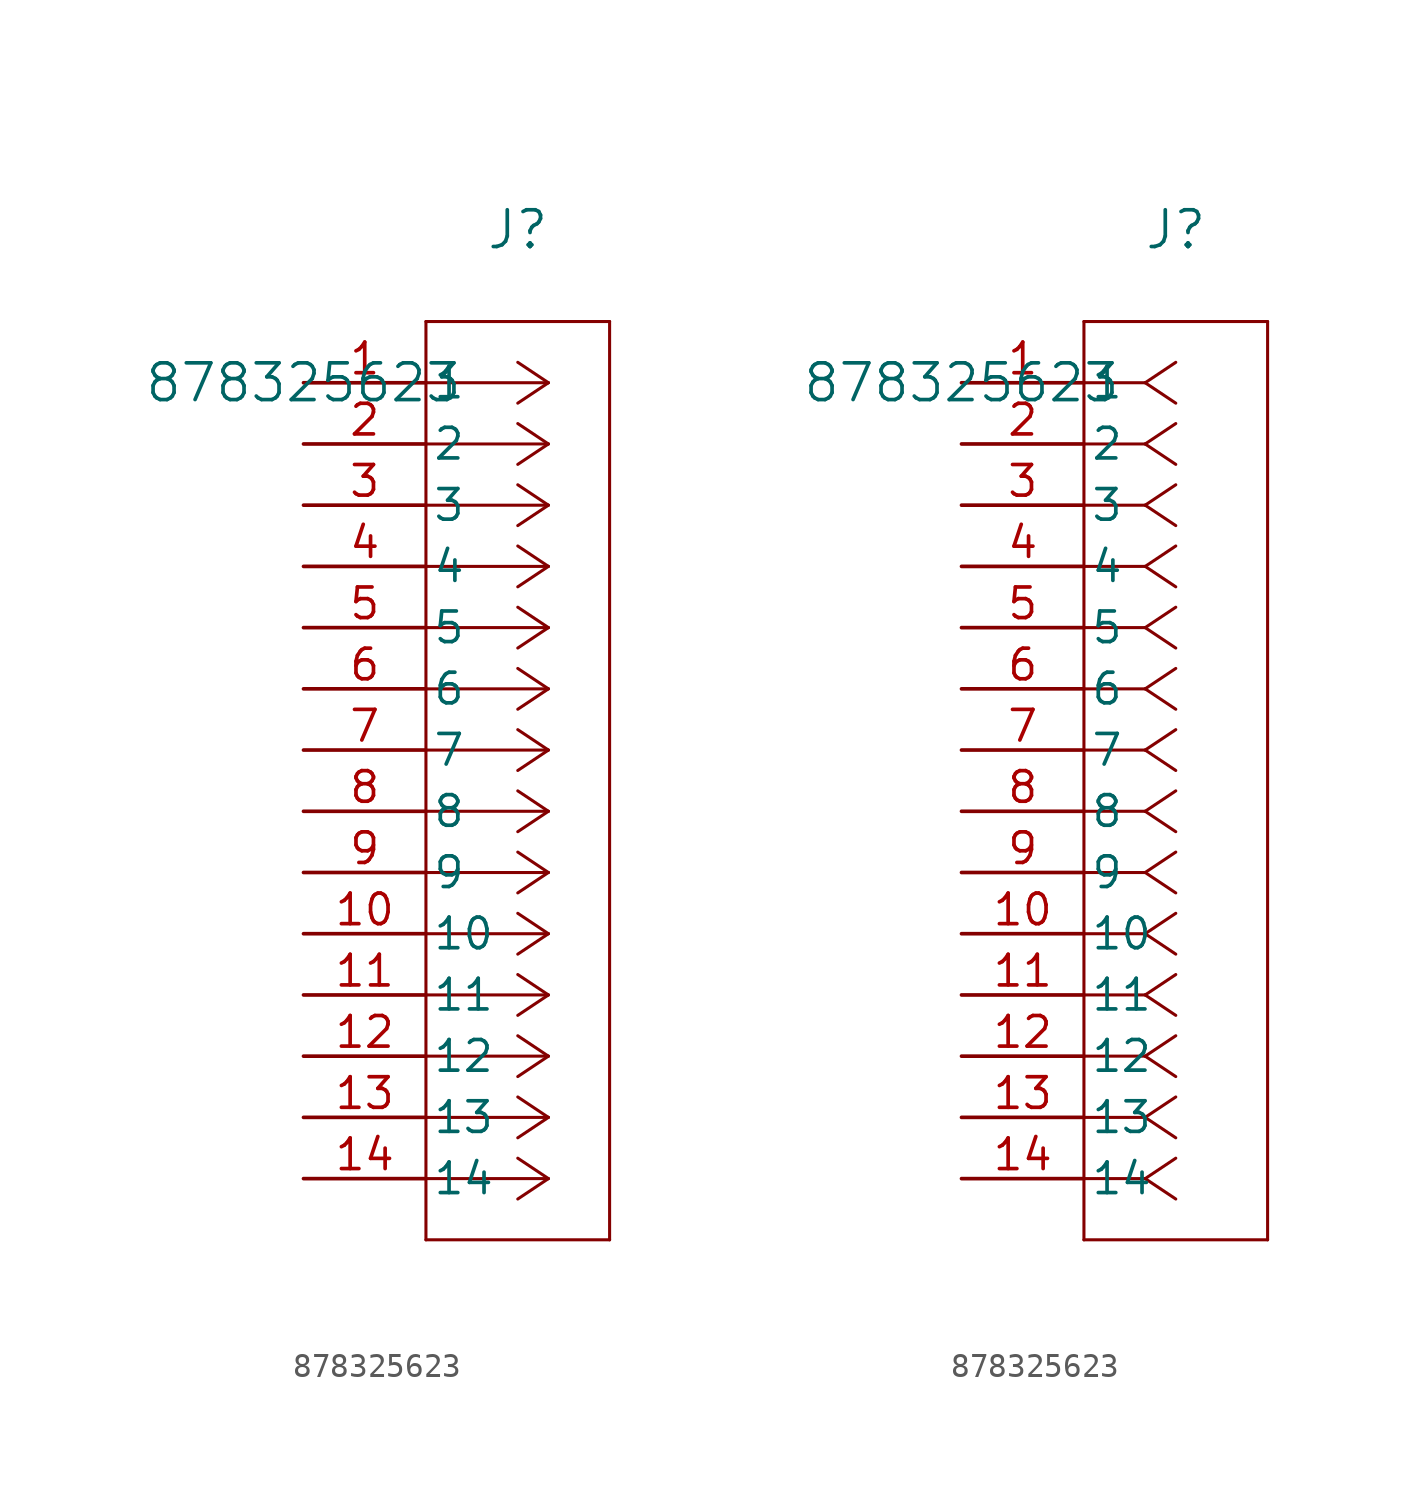
<source format=kicad_sym>
(kicad_symbol_lib
  (version 20211014)
  (generator kicad_symbol_editor)
  (symbol "878325623"
    (pin_names
      (offset 0.254))
    (property "Reference" "J"
      (at 8.89 6.35 0)
      (effects (font (size 1.524 1.524))))
    (property "Value" "878325623"
      (at 0 0 0)
      (effects (font (size 1.524 1.524))))
    (symbol "878325623_1_1"
      (polyline (pts (xy 10.16 0) (xy 5.08 0)) (stroke (width 0.127) (type default) (color 0 0 0 0)) (fill (type none)))
      (polyline (pts (xy 10.16 -2.54) (xy 5.08 -2.54)) (stroke (width 0.127) (type default) (color 0 0 0 0)) (fill (type none)))
      (polyline (pts (xy 10.16 -5.08) (xy 5.08 -5.08)) (stroke (width 0.127) (type default) (color 0 0 0 0)) (fill (type none)))
      (polyline (pts (xy 10.16 -7.62) (xy 5.08 -7.62)) (stroke (width 0.127) (type default) (color 0 0 0 0)) (fill (type none)))
      (polyline (pts (xy 10.16 -10.16) (xy 5.08 -10.16)) (stroke (width 0.127) (type default) (color 0 0 0 0)) (fill (type none)))
      (polyline (pts (xy 10.16 -12.7) (xy 5.08 -12.7)) (stroke (width 0.127) (type default) (color 0 0 0 0)) (fill (type none)))
      (polyline (pts (xy 10.16 -15.24) (xy 5.08 -15.24)) (stroke (width 0.127) (type default) (color 0 0 0 0)) (fill (type none)))
      (polyline (pts (xy 10.16 -17.78) (xy 5.08 -17.78)) (stroke (width 0.127) (type default) (color 0 0 0 0)) (fill (type none)))
      (polyline (pts (xy 10.16 -20.32) (xy 5.08 -20.32)) (stroke (width 0.127) (type default) (color 0 0 0 0)) (fill (type none)))
      (polyline (pts (xy 10.16 -22.86) (xy 5.08 -22.86)) (stroke (width 0.127) (type default) (color 0 0 0 0)) (fill (type none)))
      (polyline (pts (xy 10.16 -25.4) (xy 5.08 -25.4)) (stroke (width 0.127) (type default) (color 0 0 0 0)) (fill (type none)))
      (polyline (pts (xy 10.16 -27.94) (xy 5.08 -27.94)) (stroke (width 0.127) (type default) (color 0 0 0 0)) (fill (type none)))
      (polyline (pts (xy 10.16 -30.48) (xy 5.08 -30.48)) (stroke (width 0.127) (type default) (color 0 0 0 0)) (fill (type none)))
      (polyline (pts (xy 10.16 -33.02) (xy 5.08 -33.02)) (stroke (width 0.127) (type default) (color 0 0 0 0)) (fill (type none)))
      (polyline (pts (xy 10.16 0) (xy 8.89 0.847)) (stroke (width 0.127) (type default) (color 0 0 0 0)) (fill (type none)))
      (polyline (pts (xy 10.16 -2.54) (xy 8.89 -1.693)) (stroke (width 0.127) (type default) (color 0 0 0 0)) (fill (type none)))
      (polyline (pts (xy 10.16 -5.08) (xy 8.89 -4.233)) (stroke (width 0.127) (type default) (color 0 0 0 0)) (fill (type none)))
      (polyline (pts (xy 10.16 -7.62) (xy 8.89 -6.773)) (stroke (width 0.127) (type default) (color 0 0 0 0)) (fill (type none)))
      (polyline (pts (xy 10.16 -10.16) (xy 8.89 -9.313)) (stroke (width 0.127) (type default) (color 0 0 0 0)) (fill (type none)))
      (polyline (pts (xy 10.16 -12.7) (xy 8.89 -11.853)) (stroke (width 0.127) (type default) (color 0 0 0 0)) (fill (type none)))
      (polyline (pts (xy 10.16 -15.24) (xy 8.89 -14.393)) (stroke (width 0.127) (type default) (color 0 0 0 0)) (fill (type none)))
      (polyline (pts (xy 10.16 -17.78) (xy 8.89 -16.933)) (stroke (width 0.127) (type default) (color 0 0 0 0)) (fill (type none)))
      (polyline (pts (xy 10.16 -20.32) (xy 8.89 -19.473)) (stroke (width 0.127) (type default) (color 0 0 0 0)) (fill (type none)))
      (polyline (pts (xy 10.16 -22.86) (xy 8.89 -22.013)) (stroke (width 0.127) (type default) (color 0 0 0 0)) (fill (type none)))
      (polyline (pts (xy 10.16 -25.4) (xy 8.89 -24.553)) (stroke (width 0.127) (type default) (color 0 0 0 0)) (fill (type none)))
      (polyline (pts (xy 10.16 -27.94) (xy 8.89 -27.093)) (stroke (width 0.127) (type default) (color 0 0 0 0)) (fill (type none)))
      (polyline (pts (xy 10.16 -30.48) (xy 8.89 -29.633)) (stroke (width 0.127) (type default) (color 0 0 0 0)) (fill (type none)))
      (polyline (pts (xy 10.16 -33.02) (xy 8.89 -32.173)) (stroke (width 0.127) (type default) (color 0 0 0 0)) (fill (type none)))
      (polyline (pts (xy 10.16 0) (xy 8.89 -0.847)) (stroke (width 0.127) (type default) (color 0 0 0 0)) (fill (type none)))
      (polyline (pts (xy 10.16 -2.54) (xy 8.89 -3.387)) (stroke (width 0.127) (type default) (color 0 0 0 0)) (fill (type none)))
      (polyline (pts (xy 10.16 -5.08) (xy 8.89 -5.927)) (stroke (width 0.127) (type default) (color 0 0 0 0)) (fill (type none)))
      (polyline (pts (xy 10.16 -7.62) (xy 8.89 -8.467)) (stroke (width 0.127) (type default) (color 0 0 0 0)) (fill (type none)))
      (polyline (pts (xy 10.16 -10.16) (xy 8.89 -11.007)) (stroke (width 0.127) (type default) (color 0 0 0 0)) (fill (type none)))
      (polyline (pts (xy 10.16 -12.7) (xy 8.89 -13.547)) (stroke (width 0.127) (type default) (color 0 0 0 0)) (fill (type none)))
      (polyline (pts (xy 10.16 -15.24) (xy 8.89 -16.087)) (stroke (width 0.127) (type default) (color 0 0 0 0)) (fill (type none)))
      (polyline (pts (xy 10.16 -17.78) (xy 8.89 -18.627)) (stroke (width 0.127) (type default) (color 0 0 0 0)) (fill (type none)))
      (polyline (pts (xy 10.16 -20.32) (xy 8.89 -21.167)) (stroke (width 0.127) (type default) (color 0 0 0 0)) (fill (type none)))
      (polyline (pts (xy 10.16 -22.86) (xy 8.89 -23.707)) (stroke (width 0.127) (type default) (color 0 0 0 0)) (fill (type none)))
      (polyline (pts (xy 10.16 -25.4) (xy 8.89 -26.247)) (stroke (width 0.127) (type default) (color 0 0 0 0)) (fill (type none)))
      (polyline (pts (xy 10.16 -27.94) (xy 8.89 -28.787)) (stroke (width 0.127) (type default) (color 0 0 0 0)) (fill (type none)))
      (polyline (pts (xy 10.16 -30.48) (xy 8.89 -31.327)) (stroke (width 0.127) (type default) (color 0 0 0 0)) (fill (type none)))
      (polyline (pts (xy 10.16 -33.02) (xy 8.89 -33.867)) (stroke (width 0.127) (type default) (color 0 0 0 0)) (fill (type none)))
      (polyline (pts (xy 5.08 2.54) (xy 5.08 -35.56)) (stroke (width 0.127) (type default) (color 0 0 0 0)) (fill (type none)))
      (polyline (pts (xy 5.08 -35.56) (xy 12.7 -35.56)) (stroke (width 0.127) (type default) (color 0 0 0 0)) (fill (type none)))
      (polyline (pts (xy 12.7 -35.56) (xy 12.7 2.54)) (stroke (width 0.127) (type default) (color 0 0 0 0)) (fill (type none)))
      (polyline (pts (xy 12.7 2.54) (xy 5.08 2.54)) (stroke (width 0.127) (type default) (color 0 0 0 0)) (fill (type none)))
      (pin unspecified line (at 0 0 0) (length 5.08) (name "1" (effects (font (size 1.27 1.27)))) (number "1" (effects (font (size 1.27 1.27)))))
      (pin unspecified line (at 0 -2.54 0) (length 5.08) (name "2" (effects (font (size 1.27 1.27)))) (number "2" (effects (font (size 1.27 1.27)))))
      (pin unspecified line (at 0 -5.08 0) (length 5.08) (name "3" (effects (font (size 1.27 1.27)))) (number "3" (effects (font (size 1.27 1.27)))))
      (pin unspecified line (at 0 -7.62 0) (length 5.08) (name "4" (effects (font (size 1.27 1.27)))) (number "4" (effects (font (size 1.27 1.27)))))
      (pin unspecified line (at 0 -10.16 0) (length 5.08) (name "5" (effects (font (size 1.27 1.27)))) (number "5" (effects (font (size 1.27 1.27)))))
      (pin unspecified line (at 0 -12.7 0) (length 5.08) (name "6" (effects (font (size 1.27 1.27)))) (number "6" (effects (font (size 1.27 1.27)))))
      (pin unspecified line (at 0 -15.24 0) (length 5.08) (name "7" (effects (font (size 1.27 1.27)))) (number "7" (effects (font (size 1.27 1.27)))))
      (pin unspecified line (at 0 -17.78 0) (length 5.08) (name "8" (effects (font (size 1.27 1.27)))) (number "8" (effects (font (size 1.27 1.27)))))
      (pin unspecified line (at 0 -20.32 0) (length 5.08) (name "9" (effects (font (size 1.27 1.27)))) (number "9" (effects (font (size 1.27 1.27)))))
      (pin unspecified line (at 0 -22.86 0) (length 5.08) (name "10" (effects (font (size 1.27 1.27)))) (number "10" (effects (font (size 1.27 1.27)))))
      (pin unspecified line (at 0 -25.4 0) (length 5.08) (name "11" (effects (font (size 1.27 1.27)))) (number "11" (effects (font (size 1.27 1.27)))))
      (pin unspecified line (at 0 -27.94 0) (length 5.08) (name "12" (effects (font (size 1.27 1.27)))) (number "12" (effects (font (size 1.27 1.27)))))
      (pin unspecified line (at 0 -30.48 0) (length 5.08) (name "13" (effects (font (size 1.27 1.27)))) (number "13" (effects (font (size 1.27 1.27)))))
      (pin unspecified line (at 0 -33.02 0) (length 5.08) (name "14" (effects (font (size 1.27 1.27)))) (number "14" (effects (font (size 1.27 1.27))))))
    (symbol "878325623_1_2"
      (polyline (pts (xy 7.62 0) (xy 5.08 0)) (stroke (width 0.127) (type default) (color 0 0 0 0)) (fill (type none)))
      (polyline (pts (xy 7.62 -2.54) (xy 5.08 -2.54)) (stroke (width 0.127) (type default) (color 0 0 0 0)) (fill (type none)))
      (polyline (pts (xy 7.62 -5.08) (xy 5.08 -5.08)) (stroke (width 0.127) (type default) (color 0 0 0 0)) (fill (type none)))
      (polyline (pts (xy 7.62 -7.62) (xy 5.08 -7.62)) (stroke (width 0.127) (type default) (color 0 0 0 0)) (fill (type none)))
      (polyline (pts (xy 7.62 -10.16) (xy 5.08 -10.16)) (stroke (width 0.127) (type default) (color 0 0 0 0)) (fill (type none)))
      (polyline (pts (xy 7.62 -12.7) (xy 5.08 -12.7)) (stroke (width 0.127) (type default) (color 0 0 0 0)) (fill (type none)))
      (polyline (pts (xy 7.62 -15.24) (xy 5.08 -15.24)) (stroke (width 0.127) (type default) (color 0 0 0 0)) (fill (type none)))
      (polyline (pts (xy 7.62 -17.78) (xy 5.08 -17.78)) (stroke (width 0.127) (type default) (color 0 0 0 0)) (fill (type none)))
      (polyline (pts (xy 7.62 -20.32) (xy 5.08 -20.32)) (stroke (width 0.127) (type default) (color 0 0 0 0)) (fill (type none)))
      (polyline (pts (xy 7.62 -22.86) (xy 5.08 -22.86)) (stroke (width 0.127) (type default) (color 0 0 0 0)) (fill (type none)))
      (polyline (pts (xy 7.62 -25.4) (xy 5.08 -25.4)) (stroke (width 0.127) (type default) (color 0 0 0 0)) (fill (type none)))
      (polyline (pts (xy 7.62 -27.94) (xy 5.08 -27.94)) (stroke (width 0.127) (type default) (color 0 0 0 0)) (fill (type none)))
      (polyline (pts (xy 7.62 -30.48) (xy 5.08 -30.48)) (stroke (width 0.127) (type default) (color 0 0 0 0)) (fill (type none)))
      (polyline (pts (xy 7.62 -33.02) (xy 5.08 -33.02)) (stroke (width 0.127) (type default) (color 0 0 0 0)) (fill (type none)))
      (polyline (pts (xy 7.62 0) (xy 8.89 0.847)) (stroke (width 0.127) (type default) (color 0 0 0 0)) (fill (type none)))
      (polyline (pts (xy 7.62 -2.54) (xy 8.89 -1.693)) (stroke (width 0.127) (type default) (color 0 0 0 0)) (fill (type none)))
      (polyline (pts (xy 7.62 -5.08) (xy 8.89 -4.233)) (stroke (width 0.127) (type default) (color 0 0 0 0)) (fill (type none)))
      (polyline (pts (xy 7.62 -7.62) (xy 8.89 -6.773)) (stroke (width 0.127) (type default) (color 0 0 0 0)) (fill (type none)))
      (polyline (pts (xy 7.62 -10.16) (xy 8.89 -9.313)) (stroke (width 0.127) (type default) (color 0 0 0 0)) (fill (type none)))
      (polyline (pts (xy 7.62 -12.7) (xy 8.89 -11.853)) (stroke (width 0.127) (type default) (color 0 0 0 0)) (fill (type none)))
      (polyline (pts (xy 7.62 -15.24) (xy 8.89 -14.393)) (stroke (width 0.127) (type default) (color 0 0 0 0)) (fill (type none)))
      (polyline (pts (xy 7.62 -17.78) (xy 8.89 -16.933)) (stroke (width 0.127) (type default) (color 0 0 0 0)) (fill (type none)))
      (polyline (pts (xy 7.62 -20.32) (xy 8.89 -19.473)) (stroke (width 0.127) (type default) (color 0 0 0 0)) (fill (type none)))
      (polyline (pts (xy 7.62 -22.86) (xy 8.89 -22.013)) (stroke (width 0.127) (type default) (color 0 0 0 0)) (fill (type none)))
      (polyline (pts (xy 7.62 -25.4) (xy 8.89 -24.553)) (stroke (width 0.127) (type default) (color 0 0 0 0)) (fill (type none)))
      (polyline (pts (xy 7.62 -27.94) (xy 8.89 -27.093)) (stroke (width 0.127) (type default) (color 0 0 0 0)) (fill (type none)))
      (polyline (pts (xy 7.62 -30.48) (xy 8.89 -29.633)) (stroke (width 0.127) (type default) (color 0 0 0 0)) (fill (type none)))
      (polyline (pts (xy 7.62 -33.02) (xy 8.89 -32.173)) (stroke (width 0.127) (type default) (color 0 0 0 0)) (fill (type none)))
      (polyline (pts (xy 7.62 0) (xy 8.89 -0.847)) (stroke (width 0.127) (type default) (color 0 0 0 0)) (fill (type none)))
      (polyline (pts (xy 7.62 -2.54) (xy 8.89 -3.387)) (stroke (width 0.127) (type default) (color 0 0 0 0)) (fill (type none)))
      (polyline (pts (xy 7.62 -5.08) (xy 8.89 -5.927)) (stroke (width 0.127) (type default) (color 0 0 0 0)) (fill (type none)))
      (polyline (pts (xy 7.62 -7.62) (xy 8.89 -8.467)) (stroke (width 0.127) (type default) (color 0 0 0 0)) (fill (type none)))
      (polyline (pts (xy 7.62 -10.16) (xy 8.89 -11.007)) (stroke (width 0.127) (type default) (color 0 0 0 0)) (fill (type none)))
      (polyline (pts (xy 7.62 -12.7) (xy 8.89 -13.547)) (stroke (width 0.127) (type default) (color 0 0 0 0)) (fill (type none)))
      (polyline (pts (xy 7.62 -15.24) (xy 8.89 -16.087)) (stroke (width 0.127) (type default) (color 0 0 0 0)) (fill (type none)))
      (polyline (pts (xy 7.62 -17.78) (xy 8.89 -18.627)) (stroke (width 0.127) (type default) (color 0 0 0 0)) (fill (type none)))
      (polyline (pts (xy 7.62 -20.32) (xy 8.89 -21.167)) (stroke (width 0.127) (type default) (color 0 0 0 0)) (fill (type none)))
      (polyline (pts (xy 7.62 -22.86) (xy 8.89 -23.707)) (stroke (width 0.127) (type default) (color 0 0 0 0)) (fill (type none)))
      (polyline (pts (xy 7.62 -25.4) (xy 8.89 -26.247)) (stroke (width 0.127) (type default) (color 0 0 0 0)) (fill (type none)))
      (polyline (pts (xy 7.62 -27.94) (xy 8.89 -28.787)) (stroke (width 0.127) (type default) (color 0 0 0 0)) (fill (type none)))
      (polyline (pts (xy 7.62 -30.48) (xy 8.89 -31.327)) (stroke (width 0.127) (type default) (color 0 0 0 0)) (fill (type none)))
      (polyline (pts (xy 7.62 -33.02) (xy 8.89 -33.867)) (stroke (width 0.127) (type default) (color 0 0 0 0)) (fill (type none)))
      (polyline (pts (xy 5.08 2.54) (xy 5.08 -35.56)) (stroke (width 0.127) (type default) (color 0 0 0 0)) (fill (type none)))
      (polyline (pts (xy 5.08 -35.56) (xy 12.7 -35.56)) (stroke (width 0.127) (type default) (color 0 0 0 0)) (fill (type none)))
      (polyline (pts (xy 12.7 -35.56) (xy 12.7 2.54)) (stroke (width 0.127) (type default) (color 0 0 0 0)) (fill (type none)))
      (polyline (pts (xy 12.7 2.54) (xy 5.08 2.54)) (stroke (width 0.127) (type default) (color 0 0 0 0)) (fill (type none)))
      (pin unspecified line (at 0 0 0) (length 5.08) (name "1" (effects (font (size 1.27 1.27)))) (number "1" (effects (font (size 1.27 1.27)))))
      (pin unspecified line (at 0 -2.54 0) (length 5.08) (name "2" (effects (font (size 1.27 1.27)))) (number "2" (effects (font (size 1.27 1.27)))))
      (pin unspecified line (at 0 -5.08 0) (length 5.08) (name "3" (effects (font (size 1.27 1.27)))) (number "3" (effects (font (size 1.27 1.27)))))
      (pin unspecified line (at 0 -7.62 0) (length 5.08) (name "4" (effects (font (size 1.27 1.27)))) (number "4" (effects (font (size 1.27 1.27)))))
      (pin unspecified line (at 0 -10.16 0) (length 5.08) (name "5" (effects (font (size 1.27 1.27)))) (number "5" (effects (font (size 1.27 1.27)))))
      (pin unspecified line (at 0 -12.7 0) (length 5.08) (name "6" (effects (font (size 1.27 1.27)))) (number "6" (effects (font (size 1.27 1.27)))))
      (pin unspecified line (at 0 -15.24 0) (length 5.08) (name "7" (effects (font (size 1.27 1.27)))) (number "7" (effects (font (size 1.27 1.27)))))
      (pin unspecified line (at 0 -17.78 0) (length 5.08) (name "8" (effects (font (size 1.27 1.27)))) (number "8" (effects (font (size 1.27 1.27)))))
      (pin unspecified line (at 0 -20.32 0) (length 5.08) (name "9" (effects (font (size 1.27 1.27)))) (number "9" (effects (font (size 1.27 1.27)))))
      (pin unspecified line (at 0 -22.86 0) (length 5.08) (name "10" (effects (font (size 1.27 1.27)))) (number "10" (effects (font (size 1.27 1.27)))))
      (pin unspecified line (at 0 -25.4 0) (length 5.08) (name "11" (effects (font (size 1.27 1.27)))) (number "11" (effects (font (size 1.27 1.27)))))
      (pin unspecified line (at 0 -27.94 0) (length 5.08) (name "12" (effects (font (size 1.27 1.27)))) (number "12" (effects (font (size 1.27 1.27)))))
      (pin unspecified line (at 0 -30.48 0) (length 5.08) (name "13" (effects (font (size 1.27 1.27)))) (number "13" (effects (font (size 1.27 1.27)))))
      (pin unspecified line (at 0 -33.02 0) (length 5.08) (name "14" (effects (font (size 1.27 1.27)))) (number "14" (effects (font (size 1.27 1.27))))))))
</source>
